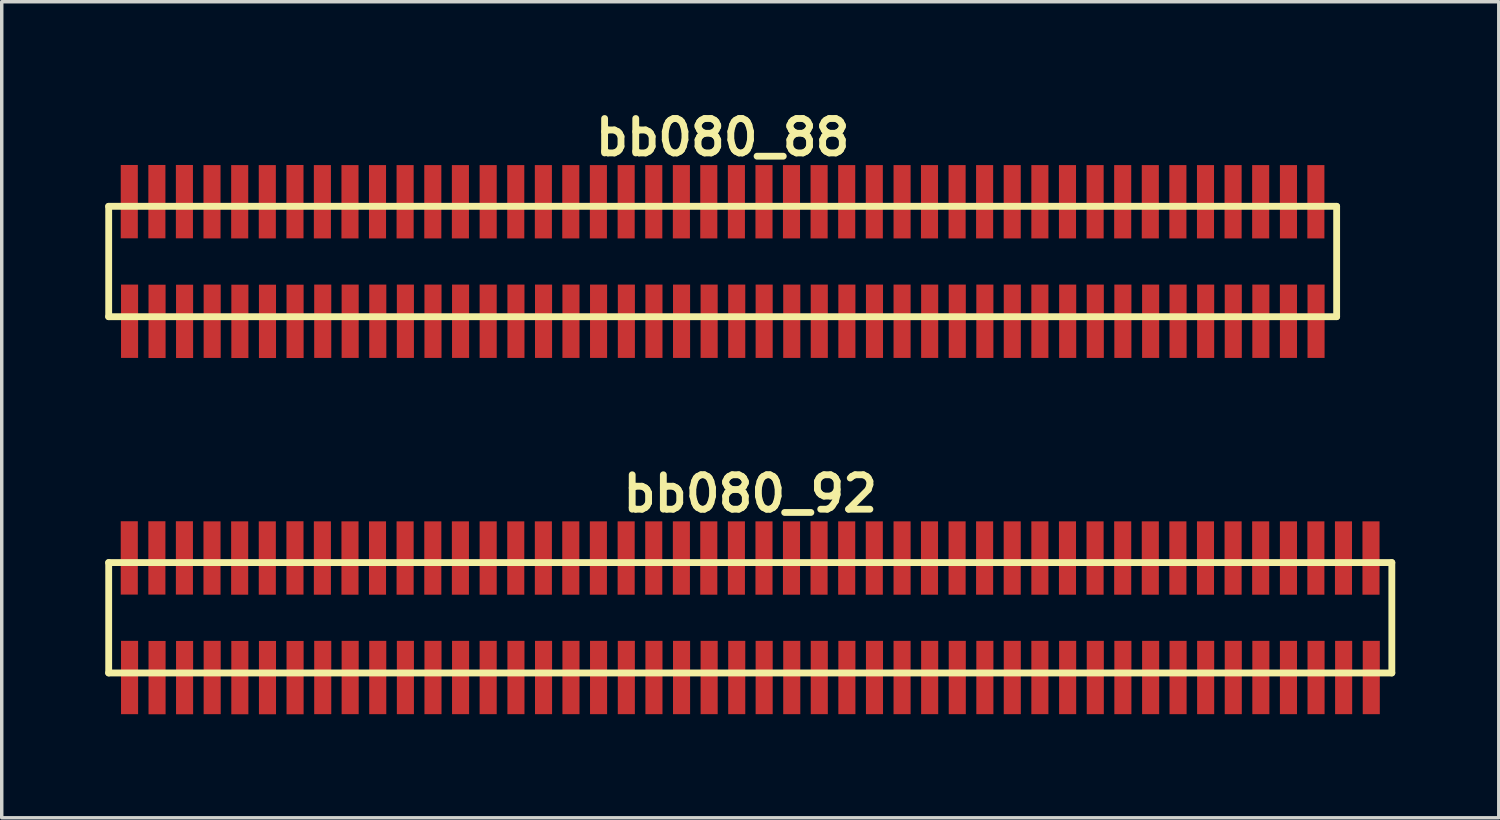
<source format=kicad_pcb>
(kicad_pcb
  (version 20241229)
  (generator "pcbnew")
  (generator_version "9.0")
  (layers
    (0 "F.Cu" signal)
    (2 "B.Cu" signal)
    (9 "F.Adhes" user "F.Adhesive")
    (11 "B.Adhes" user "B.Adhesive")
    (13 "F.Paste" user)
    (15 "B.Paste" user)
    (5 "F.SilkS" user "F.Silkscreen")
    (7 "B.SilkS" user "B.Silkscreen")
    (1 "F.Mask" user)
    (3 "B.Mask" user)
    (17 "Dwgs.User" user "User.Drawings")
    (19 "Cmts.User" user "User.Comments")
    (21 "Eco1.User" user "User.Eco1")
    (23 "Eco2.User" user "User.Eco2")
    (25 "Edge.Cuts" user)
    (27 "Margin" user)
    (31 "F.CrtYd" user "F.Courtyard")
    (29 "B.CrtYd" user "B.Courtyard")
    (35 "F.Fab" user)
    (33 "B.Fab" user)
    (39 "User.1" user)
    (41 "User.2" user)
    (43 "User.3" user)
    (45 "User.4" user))
  (footprint "bb080_92"
    (layer "F.Cu")
    (at 18.699 14.859)
    (property "Reference" "bb080_92" (at 0 -3.599 0) (layer "F.SilkS") (effects (font (size 0.998 0.998) (thickness 0.198))))
    (attr through_hole)
    (fp_line (start -18.6 1.6) (end 18.6 1.6) (stroke (width 0.198) (type solid)) (layer "F.SilkS"))
    (fp_line (start -18.598 -1.6) (end -18.598 1.6) (stroke (width 0.198) (type solid)) (layer "F.SilkS"))
    (fp_line (start 18.6 -1.6) (end -18.6 -1.6) (stroke (width 0.198) (type solid)) (layer "F.SilkS"))
    (fp_line (start 18.6 1.6) (end 18.6 -1.6) (stroke (width 0.198) (type solid)) (layer "F.SilkS"))
    (pad "1" smd rect (at -17.993 1.732) (size 0.495 2.126) (layers "F.Cu" "F.Mask" "F.Paste"))
    (pad "2" smd rect (at -18.001 -1.735) (size 0.495 2.126) (layers "F.Cu" "F.Mask" "F.Paste"))
    (pad "3" smd rect (at -17.196 1.735) (size 0.495 2.126) (layers "F.Cu" "F.Mask" "F.Paste"))
    (pad "4" smd rect (at -17.201 -1.735) (size 0.495 2.126) (layers "F.Cu" "F.Mask" "F.Paste"))
    (pad "5" smd rect (at -16.398 1.735) (size 0.495 2.126) (layers "F.Cu" "F.Mask" "F.Paste"))
    (pad "6" smd rect (at -16.403 -1.735) (size 0.495 2.126) (layers "F.Cu" "F.Mask" "F.Paste"))
    (pad "7" smd rect (at -15.598 1.732) (size 0.495 2.126) (layers "F.Cu" "F.Mask" "F.Paste"))
    (pad "8" smd rect (at -15.603 -1.732) (size 0.495 2.126) (layers "F.Cu" "F.Mask" "F.Paste"))
    (pad "9" smd rect (at -14.796 1.735) (size 0.495 2.126) (layers "F.Cu" "F.Mask" "F.Paste"))
    (pad "10" smd rect (at -14.801 -1.732) (size 0.495 2.126) (layers "F.Cu" "F.Mask" "F.Paste"))
    (pad "11" smd rect (at -13.995 1.735) (size 0.495 2.126) (layers "F.Cu" "F.Mask" "F.Paste"))
    (pad "12" smd rect (at -14 -1.732) (size 0.495 2.126) (layers "F.Cu" "F.Mask" "F.Paste"))
    (pad "13" smd rect (at -13.195 1.735) (size 0.495 2.126) (layers "F.Cu" "F.Mask" "F.Paste"))
    (pad "14" smd rect (at -13.198 -1.735) (size 0.495 2.126) (layers "F.Cu" "F.Mask" "F.Paste"))
    (pad "15" smd rect (at -12.393 1.732) (size 0.495 2.126) (layers "F.Cu" "F.Mask" "F.Paste"))
    (pad "16" smd rect (at -12.403 -1.732) (size 0.495 2.126) (layers "F.Cu" "F.Mask" "F.Paste"))
    (pad "17" smd rect (at -11.598 1.732) (size 0.495 2.126) (layers "F.Cu" "F.Mask" "F.Paste"))
    (pad "18" smd rect (at -11.603 -1.732) (size 0.495 2.126) (layers "F.Cu" "F.Mask" "F.Paste"))
    (pad "19" smd rect (at -10.798 1.732) (size 0.495 2.126) (layers "F.Cu" "F.Mask" "F.Paste"))
    (pad "20" smd rect (at -10.805 -1.732) (size 0.495 2.126) (layers "F.Cu" "F.Mask" "F.Paste"))
    (pad "21" smd rect (at -9.997 1.732) (size 0.495 2.126) (layers "F.Cu" "F.Mask" "F.Paste"))
    (pad "22" smd rect (at -10.005 -1.732) (size 0.495 2.126) (layers "F.Cu" "F.Mask" "F.Paste"))
    (pad "23" smd rect (at -9.197 1.732) (size 0.495 2.126) (layers "F.Cu" "F.Mask" "F.Paste"))
    (pad "24" smd rect (at -9.202 -1.732) (size 0.495 2.126) (layers "F.Cu" "F.Mask" "F.Paste"))
    (pad "25" smd rect (at -8.397 1.732) (size 0.495 2.126) (layers "F.Cu" "F.Mask" "F.Paste"))
    (pad "26" smd rect (at -8.402 -1.732) (size 0.495 2.126) (layers "F.Cu" "F.Mask" "F.Paste"))
    (pad "27" smd rect (at -7.597 1.732) (size 0.495 2.126) (layers "F.Cu" "F.Mask" "F.Paste"))
    (pad "28" smd rect (at -7.597 -1.732) (size 0.495 2.126) (layers "F.Cu" "F.Mask" "F.Paste"))
    (pad "29" smd rect (at -6.792 1.732) (size 0.495 2.126) (layers "F.Cu" "F.Mask" "F.Paste"))
    (pad "30" smd rect (at -6.797 -1.732) (size 0.495 2.126) (layers "F.Cu" "F.Mask" "F.Paste"))
    (pad "31" smd rect (at -5.992 1.732) (size 0.495 2.126) (layers "F.Cu" "F.Mask" "F.Paste"))
    (pad "32" smd rect (at -5.997 -1.732) (size 0.495 2.126) (layers "F.Cu" "F.Mask" "F.Paste"))
    (pad "33" smd rect (at -5.197 1.732) (size 0.495 2.126) (layers "F.Cu" "F.Mask" "F.Paste"))
    (pad "34" smd rect (at -5.202 -1.732) (size 0.495 2.126) (layers "F.Cu" "F.Mask" "F.Paste"))
    (pad "35" smd rect (at -4.397 1.732) (size 0.495 2.126) (layers "F.Cu" "F.Mask" "F.Paste"))
    (pad "36" smd rect (at -4.402 -1.732) (size 0.495 2.126) (layers "F.Cu" "F.Mask" "F.Paste"))
    (pad "37" smd rect (at -3.592 1.732) (size 0.495 2.126) (layers "F.Cu" "F.Mask" "F.Paste"))
    (pad "38" smd rect (at -3.597 -1.732) (size 0.495 2.126) (layers "F.Cu" "F.Mask" "F.Paste"))
    (pad "39" smd rect (at -2.791 1.732) (size 0.495 2.126) (layers "F.Cu" "F.Mask" "F.Paste"))
    (pad "40" smd rect (at -2.797 -1.732) (size 0.495 2.126) (layers "F.Cu" "F.Mask" "F.Paste"))
    (pad "41" smd rect (at -1.991 1.732) (size 0.495 2.126) (layers "F.Cu" "F.Mask" "F.Paste"))
    (pad "42" smd rect (at -1.996 -1.732) (size 0.495 2.126) (layers "F.Cu" "F.Mask" "F.Paste"))
    (pad "43" smd rect (at -1.191 1.732) (size 0.495 2.126) (layers "F.Cu" "F.Mask" "F.Paste"))
    (pad "44" smd rect (at -1.201 -1.732) (size 0.495 2.126) (layers "F.Cu" "F.Mask" "F.Paste"))
    (pad "45" smd rect (at -0.391 1.732) (size 0.495 2.126) (layers "F.Cu" "F.Mask" "F.Paste"))
    (pad "46" smd rect (at -0.401 -1.732) (size 0.495 2.126) (layers "F.Cu" "F.Mask" "F.Paste"))
    (pad "47" smd rect (at 0.404 1.732) (size 0.495 2.126) (layers "F.Cu" "F.Mask" "F.Paste"))
    (pad "48" smd rect (at 0.399 -1.732) (size 0.495 2.126) (layers "F.Cu" "F.Mask" "F.Paste"))
    (pad "49" smd rect (at 1.204 1.732) (size 0.495 2.126) (layers "F.Cu" "F.Mask" "F.Paste"))
    (pad "50" smd rect (at 1.196 -1.732) (size 0.495 2.126) (layers "F.Cu" "F.Mask" "F.Paste"))
    (pad "51" smd rect (at 2.002 1.732) (size 0.495 2.126) (layers "F.Cu" "F.Mask" "F.Paste"))
    (pad "52" smd rect (at 1.996 -1.732) (size 0.495 2.126) (layers "F.Cu" "F.Mask" "F.Paste"))
    (pad "53" smd rect (at 2.802 1.732) (size 0.495 2.126) (layers "F.Cu" "F.Mask" "F.Paste"))
    (pad "54" smd rect (at 2.797 -1.732) (size 0.495 2.126) (layers "F.Cu" "F.Mask" "F.Paste"))
    (pad "55" smd rect (at 3.602 1.732) (size 0.495 2.126) (layers "F.Cu" "F.Mask" "F.Paste"))
    (pad "56" smd rect (at 3.597 -1.732) (size 0.495 2.126) (layers "F.Cu" "F.Mask" "F.Paste"))
    (pad "57" smd rect (at 4.402 1.732) (size 0.495 2.126) (layers "F.Cu" "F.Mask" "F.Paste"))
    (pad "58" smd rect (at 4.402 -1.732) (size 0.495 2.126) (layers "F.Cu" "F.Mask" "F.Paste"))
    (pad "59" smd rect (at 5.202 1.732) (size 0.495 2.126) (layers "F.Cu" "F.Mask" "F.Paste"))
    (pad "60" smd rect (at 5.197 -1.732) (size 0.495 2.126) (layers "F.Cu" "F.Mask" "F.Paste"))
    (pad "61" smd rect (at 6.002 1.732) (size 0.495 2.126) (layers "F.Cu" "F.Mask" "F.Paste"))
    (pad "62" smd rect (at 5.997 -1.732) (size 0.495 2.126) (layers "F.Cu" "F.Mask" "F.Paste"))
    (pad "63" smd rect (at 6.802 1.732) (size 0.495 2.126) (layers "F.Cu" "F.Mask" "F.Paste"))
    (pad "64" smd rect (at 6.795 -1.732) (size 0.495 2.126) (layers "F.Cu" "F.Mask" "F.Paste"))
    (pad "65" smd rect (at 7.597 1.732) (size 0.495 2.126) (layers "F.Cu" "F.Mask" "F.Paste"))
    (pad "66" smd rect (at 7.595 -1.732) (size 0.495 2.126) (layers "F.Cu" "F.Mask" "F.Paste"))
    (pad "67" smd rect (at 8.397 1.732) (size 0.495 2.126) (layers "F.Cu" "F.Mask" "F.Paste"))
    (pad "68" smd rect (at 8.397 -1.732) (size 0.495 2.126) (layers "F.Cu" "F.Mask" "F.Paste"))
    (pad "69" smd rect (at 9.202 1.732) (size 0.495 2.126) (layers "F.Cu" "F.Mask" "F.Paste"))
    (pad "70" smd rect (at 9.197 -1.732) (size 0.495 2.126) (layers "F.Cu" "F.Mask" "F.Paste"))
    (pad "71" smd rect (at 10.003 1.732) (size 0.495 2.126) (layers "F.Cu" "F.Mask" "F.Paste"))
    (pad "72" smd rect (at 9.997 -1.732) (size 0.495 2.126) (layers "F.Cu" "F.Mask" "F.Paste"))
    (pad "73" smd rect (at 10.803 1.732) (size 0.495 2.126) (layers "F.Cu" "F.Mask" "F.Paste"))
    (pad "74" smd rect (at 10.798 -1.732) (size 0.495 2.126) (layers "F.Cu" "F.Mask" "F.Paste"))
    (pad "75" smd rect (at 11.608 1.732) (size 0.495 2.126) (layers "F.Cu" "F.Mask" "F.Paste"))
    (pad "76" smd rect (at 11.598 -1.732) (size 0.495 2.126) (layers "F.Cu" "F.Mask" "F.Paste"))
    (pad "77" smd rect (at 12.403 1.732) (size 0.495 2.126) (layers "F.Cu" "F.Mask" "F.Paste"))
    (pad "78" smd rect (at 12.398 -1.732) (size 0.495 2.126) (layers "F.Cu" "F.Mask" "F.Paste"))
    (pad "79" smd rect (at 13.203 1.732) (size 0.495 2.126) (layers "F.Cu" "F.Mask" "F.Paste"))
    (pad "80" smd rect (at 13.198 -1.732) (size 0.495 2.126) (layers "F.Cu" "F.Mask" "F.Paste"))
    (pad "81" smd rect (at 14.003 1.732) (size 0.495 2.126) (layers "F.Cu" "F.Mask" "F.Paste"))
    (pad "82" smd rect (at 13.998 -1.732) (size 0.495 2.126) (layers "F.Cu" "F.Mask" "F.Paste"))
    (pad "83" smd rect (at 14.803 1.732) (size 0.495 2.126) (layers "F.Cu" "F.Mask" "F.Paste"))
    (pad "84" smd rect (at 14.798 -1.732) (size 0.495 2.126) (layers "F.Cu" "F.Mask" "F.Paste"))
    (pad "85" smd rect (at 15.603 1.732) (size 0.495 2.126) (layers "F.Cu" "F.Mask" "F.Paste"))
    (pad "86" smd rect (at 15.603 -1.732) (size 0.495 2.126) (layers "F.Cu" "F.Mask" "F.Paste"))
    (pad "87" smd rect (at 16.403 1.732) (size 0.495 2.126) (layers "F.Cu" "F.Mask" "F.Paste"))
    (pad "88" smd rect (at 16.398 -1.732) (size 0.495 2.126) (layers "F.Cu" "F.Mask" "F.Paste"))
    (pad "89" smd rect (at 17.203 1.732) (size 0.495 2.126) (layers "F.Cu" "F.Mask" "F.Paste"))
    (pad "90" smd rect (at 17.198 -1.732) (size 0.495 2.126) (layers "F.Cu" "F.Mask" "F.Paste"))
    (pad "91" smd rect (at 18.004 1.732) (size 0.495 2.126) (layers "F.Cu" "F.Mask" "F.Paste"))
    (pad "92" smd rect (at 17.996 -1.732) (size 0.495 2.126) (layers "F.Cu" "F.Mask" "F.Paste")))
  (footprint "bb080_88"
    (layer "F.Cu")
    (at 17.899 4.531)
    (property "Reference" "bb080_88" (at 0 -3.599 0) (layer "F.SilkS") (effects (font (size 0.998 0.998) (thickness 0.198))))
    (attr through_hole)
    (fp_line (start -17.8 -1.6) (end 17.8 -1.6) (stroke (width 0.198) (type solid)) (layer "F.SilkS"))
    (fp_line (start -17.798 -1.6) (end -17.798 1.6) (stroke (width 0.198) (type solid)) (layer "F.SilkS"))
    (fp_line (start 17.8 1.6) (end -17.8 1.6) (stroke (width 0.198) (type solid)) (layer "F.SilkS"))
    (fp_line (start 17.8 1.6) (end 17.8 -1.6) (stroke (width 0.198) (type solid)) (layer "F.SilkS"))
    (pad "1" smd rect (at -17.193 1.732) (size 0.495 2.126) (layers "F.Cu" "F.Mask" "F.Paste"))
    (pad "2" smd rect (at -17.201 -1.735) (size 0.495 2.126) (layers "F.Cu" "F.Mask" "F.Paste"))
    (pad "3" smd rect (at -16.396 1.735) (size 0.495 2.126) (layers "F.Cu" "F.Mask" "F.Paste"))
    (pad "4" smd rect (at -16.401 -1.735) (size 0.495 2.126) (layers "F.Cu" "F.Mask" "F.Paste"))
    (pad "5" smd rect (at -15.598 1.735) (size 0.495 2.126) (layers "F.Cu" "F.Mask" "F.Paste"))
    (pad "6" smd rect (at -15.603 -1.735) (size 0.495 2.126) (layers "F.Cu" "F.Mask" "F.Paste"))
    (pad "7" smd rect (at -14.798 1.732) (size 0.495 2.126) (layers "F.Cu" "F.Mask" "F.Paste"))
    (pad "8" smd rect (at -14.803 -1.732) (size 0.495 2.126) (layers "F.Cu" "F.Mask" "F.Paste"))
    (pad "9" smd rect (at -13.995 1.735) (size 0.495 2.126) (layers "F.Cu" "F.Mask" "F.Paste"))
    (pad "10" smd rect (at -14 -1.732) (size 0.495 2.126) (layers "F.Cu" "F.Mask" "F.Paste"))
    (pad "11" smd rect (at -13.195 1.735) (size 0.495 2.126) (layers "F.Cu" "F.Mask" "F.Paste"))
    (pad "12" smd rect (at -13.2 -1.732) (size 0.495 2.126) (layers "F.Cu" "F.Mask" "F.Paste"))
    (pad "13" smd rect (at -12.395 1.735) (size 0.495 2.126) (layers "F.Cu" "F.Mask" "F.Paste"))
    (pad "14" smd rect (at -12.398 -1.735) (size 0.495 2.126) (layers "F.Cu" "F.Mask" "F.Paste"))
    (pad "15" smd rect (at -11.593 1.732) (size 0.495 2.126) (layers "F.Cu" "F.Mask" "F.Paste"))
    (pad "16" smd rect (at -11.603 -1.732) (size 0.495 2.126) (layers "F.Cu" "F.Mask" "F.Paste"))
    (pad "17" smd rect (at -10.798 1.732) (size 0.495 2.126) (layers "F.Cu" "F.Mask" "F.Paste"))
    (pad "18" smd rect (at -10.803 -1.732) (size 0.495 2.126) (layers "F.Cu" "F.Mask" "F.Paste"))
    (pad "19" smd rect (at -9.997 1.732) (size 0.495 2.126) (layers "F.Cu" "F.Mask" "F.Paste"))
    (pad "20" smd rect (at -10.005 -1.732) (size 0.495 2.126) (layers "F.Cu" "F.Mask" "F.Paste"))
    (pad "21" smd rect (at -9.197 1.732) (size 0.495 2.126) (layers "F.Cu" "F.Mask" "F.Paste"))
    (pad "22" smd rect (at -9.205 -1.732) (size 0.495 2.126) (layers "F.Cu" "F.Mask" "F.Paste"))
    (pad "23" smd rect (at -8.397 1.732) (size 0.495 2.126) (layers "F.Cu" "F.Mask" "F.Paste"))
    (pad "24" smd rect (at -8.402 -1.732) (size 0.495 2.126) (layers "F.Cu" "F.Mask" "F.Paste"))
    (pad "25" smd rect (at -7.597 1.732) (size 0.495 2.126) (layers "F.Cu" "F.Mask" "F.Paste"))
    (pad "26" smd rect (at -7.602 -1.732) (size 0.495 2.126) (layers "F.Cu" "F.Mask" "F.Paste"))
    (pad "27" smd rect (at -6.797 1.732) (size 0.495 2.126) (layers "F.Cu" "F.Mask" "F.Paste"))
    (pad "28" smd rect (at -6.797 -1.732) (size 0.495 2.126) (layers "F.Cu" "F.Mask" "F.Paste"))
    (pad "29" smd rect (at -5.992 1.732) (size 0.495 2.126) (layers "F.Cu" "F.Mask" "F.Paste"))
    (pad "30" smd rect (at -5.997 -1.732) (size 0.495 2.126) (layers "F.Cu" "F.Mask" "F.Paste"))
    (pad "31" smd rect (at -5.192 1.732) (size 0.495 2.126) (layers "F.Cu" "F.Mask" "F.Paste"))
    (pad "32" smd rect (at -5.197 -1.732) (size 0.495 2.126) (layers "F.Cu" "F.Mask" "F.Paste"))
    (pad "33" smd rect (at -4.397 1.732) (size 0.495 2.126) (layers "F.Cu" "F.Mask" "F.Paste"))
    (pad "34" smd rect (at -4.402 -1.732) (size 0.495 2.126) (layers "F.Cu" "F.Mask" "F.Paste"))
    (pad "35" smd rect (at -3.597 1.732) (size 0.495 2.126) (layers "F.Cu" "F.Mask" "F.Paste"))
    (pad "36" smd rect (at -3.602 -1.732) (size 0.495 2.126) (layers "F.Cu" "F.Mask" "F.Paste"))
    (pad "37" smd rect (at -2.791 1.732) (size 0.495 2.126) (layers "F.Cu" "F.Mask" "F.Paste"))
    (pad "38" smd rect (at -2.797 -1.732) (size 0.495 2.126) (layers "F.Cu" "F.Mask" "F.Paste"))
    (pad "39" smd rect (at -1.991 1.732) (size 0.495 2.126) (layers "F.Cu" "F.Mask" "F.Paste"))
    (pad "40" smd rect (at -1.996 -1.732) (size 0.495 2.126) (layers "F.Cu" "F.Mask" "F.Paste"))
    (pad "41" smd rect (at -1.191 1.732) (size 0.495 2.126) (layers "F.Cu" "F.Mask" "F.Paste"))
    (pad "42" smd rect (at -1.196 -1.732) (size 0.495 2.126) (layers "F.Cu" "F.Mask" "F.Paste"))
    (pad "43" smd rect (at -0.391 1.732) (size 0.495 2.126) (layers "F.Cu" "F.Mask" "F.Paste"))
    (pad "44" smd rect (at -0.401 -1.732) (size 0.495 2.126) (layers "F.Cu" "F.Mask" "F.Paste"))
    (pad "45" smd rect (at 0.409 1.732) (size 0.495 2.126) (layers "F.Cu" "F.Mask" "F.Paste"))
    (pad "46" smd rect (at 0.399 -1.732) (size 0.495 2.126) (layers "F.Cu" "F.Mask" "F.Paste"))
    (pad "47" smd rect (at 1.204 1.732) (size 0.495 2.126) (layers "F.Cu" "F.Mask" "F.Paste"))
    (pad "48" smd rect (at 1.199 -1.732) (size 0.495 2.126) (layers "F.Cu" "F.Mask" "F.Paste"))
    (pad "49" smd rect (at 2.004 1.732) (size 0.495 2.126) (layers "F.Cu" "F.Mask" "F.Paste"))
    (pad "50" smd rect (at 1.996 -1.732) (size 0.495 2.126) (layers "F.Cu" "F.Mask" "F.Paste"))
    (pad "51" smd rect (at 2.802 1.732) (size 0.495 2.126) (layers "F.Cu" "F.Mask" "F.Paste"))
    (pad "52" smd rect (at 2.797 -1.732) (size 0.495 2.126) (layers "F.Cu" "F.Mask" "F.Paste"))
    (pad "53" smd rect (at 3.602 1.732) (size 0.495 2.126) (layers "F.Cu" "F.Mask" "F.Paste"))
    (pad "54" smd rect (at 3.597 -1.732) (size 0.495 2.126) (layers "F.Cu" "F.Mask" "F.Paste"))
    (pad "55" smd rect (at 4.402 1.732) (size 0.495 2.126) (layers "F.Cu" "F.Mask" "F.Paste"))
    (pad "56" smd rect (at 4.397 -1.732) (size 0.495 2.126) (layers "F.Cu" "F.Mask" "F.Paste"))
    (pad "57" smd rect (at 5.202 1.732) (size 0.495 2.126) (layers "F.Cu" "F.Mask" "F.Paste"))
    (pad "58" smd rect (at 5.202 -1.732) (size 0.495 2.126) (layers "F.Cu" "F.Mask" "F.Paste"))
    (pad "59" smd rect (at 6.002 1.732) (size 0.495 2.126) (layers "F.Cu" "F.Mask" "F.Paste"))
    (pad "60" smd rect (at 5.997 -1.732) (size 0.495 2.126) (layers "F.Cu" "F.Mask" "F.Paste"))
    (pad "61" smd rect (at 6.802 1.732) (size 0.495 2.126) (layers "F.Cu" "F.Mask" "F.Paste"))
    (pad "62" smd rect (at 6.797 -1.732) (size 0.495 2.126) (layers "F.Cu" "F.Mask" "F.Paste"))
    (pad "63" smd rect (at 7.602 1.732) (size 0.495 2.126) (layers "F.Cu" "F.Mask" "F.Paste"))
    (pad "64" smd rect (at 7.595 -1.732) (size 0.495 2.126) (layers "F.Cu" "F.Mask" "F.Paste"))
    (pad "65" smd rect (at 8.397 1.732) (size 0.495 2.126) (layers "F.Cu" "F.Mask" "F.Paste"))
    (pad "66" smd rect (at 8.395 -1.732) (size 0.495 2.126) (layers "F.Cu" "F.Mask" "F.Paste"))
    (pad "67" smd rect (at 9.197 1.732) (size 0.495 2.126) (layers "F.Cu" "F.Mask" "F.Paste"))
    (pad "68" smd rect (at 9.197 -1.732) (size 0.495 2.126) (layers "F.Cu" "F.Mask" "F.Paste"))
    (pad "69" smd rect (at 10.003 1.732) (size 0.495 2.126) (layers "F.Cu" "F.Mask" "F.Paste"))
    (pad "70" smd rect (at 9.997 -1.732) (size 0.495 2.126) (layers "F.Cu" "F.Mask" "F.Paste"))
    (pad "71" smd rect (at 10.803 1.732) (size 0.495 2.126) (layers "F.Cu" "F.Mask" "F.Paste"))
    (pad "72" smd rect (at 10.798 -1.732) (size 0.495 2.126) (layers "F.Cu" "F.Mask" "F.Paste"))
    (pad "73" smd rect (at 11.603 1.732) (size 0.495 2.126) (layers "F.Cu" "F.Mask" "F.Paste"))
    (pad "74" smd rect (at 11.598 -1.732) (size 0.495 2.126) (layers "F.Cu" "F.Mask" "F.Paste"))
    (pad "75" smd rect (at 12.408 1.732) (size 0.495 2.126) (layers "F.Cu" "F.Mask" "F.Paste"))
    (pad "76" smd rect (at 12.398 -1.732) (size 0.495 2.126) (layers "F.Cu" "F.Mask" "F.Paste"))
    (pad "77" smd rect (at 13.203 1.732) (size 0.495 2.126) (layers "F.Cu" "F.Mask" "F.Paste"))
    (pad "78" smd rect (at 13.198 -1.732) (size 0.495 2.126) (layers "F.Cu" "F.Mask" "F.Paste"))
    (pad "79" smd rect (at 14.003 1.732) (size 0.495 2.126) (layers "F.Cu" "F.Mask" "F.Paste"))
    (pad "80" smd rect (at 13.998 -1.732) (size 0.495 2.126) (layers "F.Cu" "F.Mask" "F.Paste"))
    (pad "81" smd rect (at 14.803 1.732) (size 0.495 2.126) (layers "F.Cu" "F.Mask" "F.Paste"))
    (pad "82" smd rect (at 14.798 -1.732) (size 0.495 2.126) (layers "F.Cu" "F.Mask" "F.Paste"))
    (pad "83" smd rect (at 15.603 1.732) (size 0.495 2.126) (layers "F.Cu" "F.Mask" "F.Paste"))
    (pad "84" smd rect (at 15.598 -1.732) (size 0.495 2.126) (layers "F.Cu" "F.Mask" "F.Paste"))
    (pad "85" smd rect (at 16.403 1.732) (size 0.495 2.126) (layers "F.Cu" "F.Mask" "F.Paste"))
    (pad "86" smd rect (at 16.403 -1.732) (size 0.495 2.126) (layers "F.Cu" "F.Mask" "F.Paste"))
    (pad "87" smd rect (at 17.203 1.732) (size 0.495 2.126) (layers "F.Cu" "F.Mask" "F.Paste"))
    (pad "88" smd rect (at 17.198 -1.732) (size 0.495 2.126) (layers "F.Cu" "F.Mask" "F.Paste")))
  (gr_rect
    (start -3 -3)
    (end 40.399 20.657)
    (stroke (width 0.1) (type default))
    (fill no)
    (layer "Edge.Cuts")))
</source>
